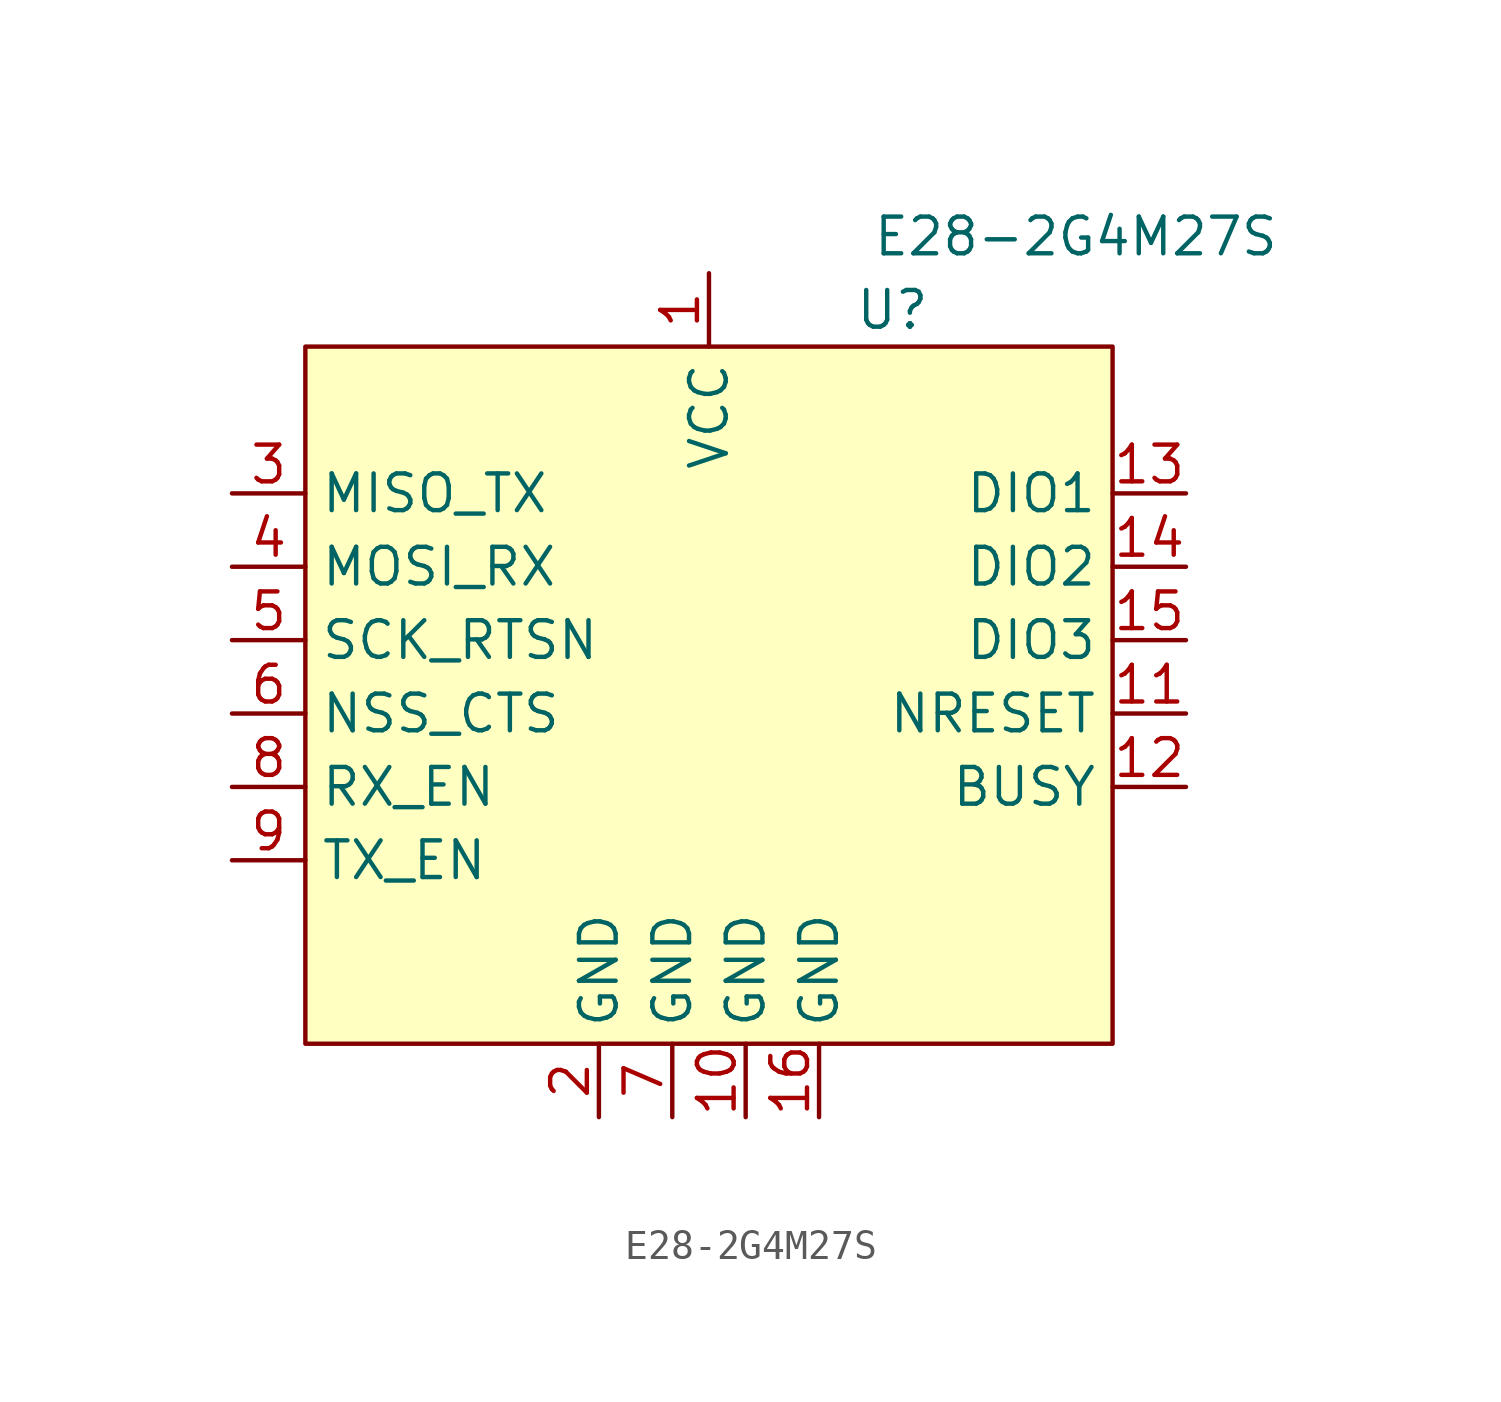
<source format=kicad_sym>
(kicad_symbol_lib
  (version 20211014)
  (generator kicad_symbol_editor)
  (symbol "E28-2G4M27S"
    (property "Reference" "U"
      (at 21.59 0 0)
      (effects (font (size 1.27 1.27))))
    (property "Value" "E28-2G4M27S"
      (at 27.94 2.54 0)
      (effects (font (size 1.27 1.27))))
    (symbol "E28-2G4M27S_0_1"
      (rectangle (start 1.27 -1.27) (end 29.21 -25.4) (stroke (width 0) (type default) (color 0 0 0 0)) (fill (type background))))
    (symbol "E28-2G4M27S_1_1"
      (pin input line (at 15.24 1.27 270) (length 2.54) (name "VCC" (effects (font (size 1.27 1.27)))) (number "1" (effects (font (size 1.27 1.27)))))
      (pin output line (at 16.51 -27.94 90) (length 2.54) (name "GND" (effects (font (size 1.27 1.27)))) (number "10" (effects (font (size 1.27 1.27)))))
      (pin input line (at 31.75 -13.97 180) (length 2.54) (name "NRESET" (effects (font (size 1.27 1.27)))) (number "11" (effects (font (size 1.27 1.27)))))
      (pin output line (at 31.75 -16.51 180) (length 2.54) (name "BUSY" (effects (font (size 1.27 1.27)))) (number "12" (effects (font (size 1.27 1.27)))))
      (pin input line (at 31.75 -6.35 180) (length 2.54) (name "DIO1" (effects (font (size 1.27 1.27)))) (number "13" (effects (font (size 1.27 1.27)))))
      (pin input line (at 31.75 -8.89 180) (length 2.54) (name "DIO2" (effects (font (size 1.27 1.27)))) (number "14" (effects (font (size 1.27 1.27)))))
      (pin input line (at 31.75 -11.43 180) (length 2.54) (name "DIO3" (effects (font (size 1.27 1.27)))) (number "15" (effects (font (size 1.27 1.27)))))
      (pin output line (at 19.05 -27.94 90) (length 2.54) (name "GND" (effects (font (size 1.27 1.27)))) (number "16" (effects (font (size 1.27 1.27)))))
      (pin output line (at 11.43 -27.94 90) (length 2.54) (name "GND" (effects (font (size 1.27 1.27)))) (number "2" (effects (font (size 1.27 1.27)))))
      (pin output line (at -1.27 -6.35 0) (length 2.54) (name "MISO_TX" (effects (font (size 1.27 1.27)))) (number "3" (effects (font (size 1.27 1.27)))))
      (pin input line (at -1.27 -8.89 0) (length 2.54) (name "MOSI_RX" (effects (font (size 1.27 1.27)))) (number "4" (effects (font (size 1.27 1.27)))))
      (pin input line (at -1.27 -11.43 0) (length 2.54) (name "SCK_RTSN" (effects (font (size 1.27 1.27)))) (number "5" (effects (font (size 1.27 1.27)))))
      (pin input line (at -1.27 -13.97 0) (length 2.54) (name "NSS_CTS" (effects (font (size 1.27 1.27)))) (number "6" (effects (font (size 1.27 1.27)))))
      (pin output line (at 13.97 -27.94 90) (length 2.54) (name "GND" (effects (font (size 1.27 1.27)))) (number "7" (effects (font (size 1.27 1.27)))))
      (pin input line (at -1.27 -16.51 0) (length 2.54) (name "RX_EN" (effects (font (size 1.27 1.27)))) (number "8" (effects (font (size 1.27 1.27)))))
      (pin input line (at -1.27 -19.05 0) (length 2.54) (name "TX_EN" (effects (font (size 1.27 1.27)))) (number "9" (effects (font (size 1.27 1.27))))))))
</source>
